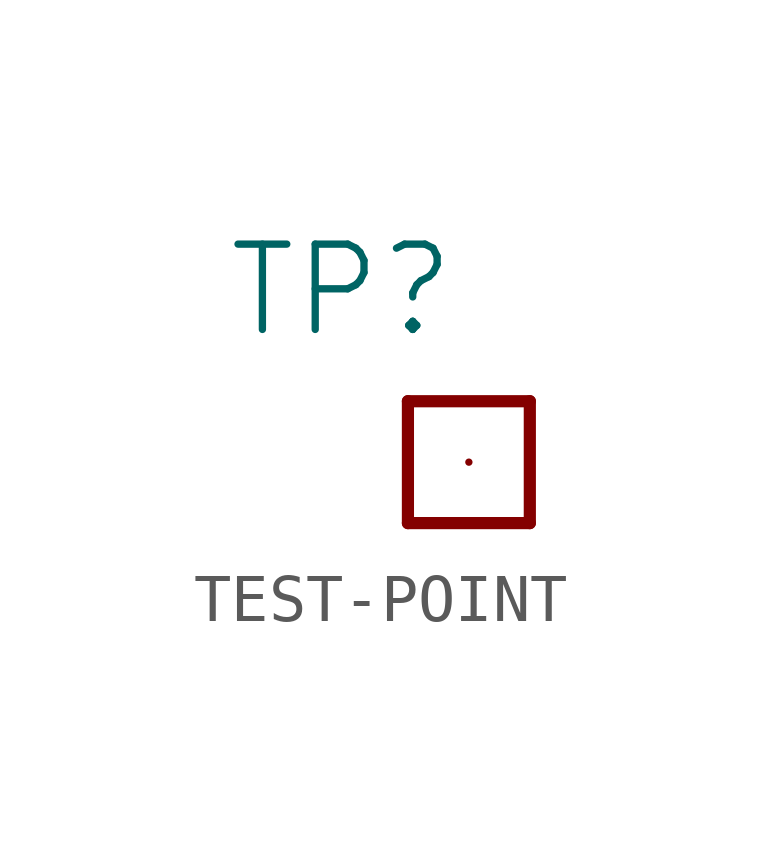
<source format=kicad_sym>
(kicad_symbol_lib
  (version 20211014)
  (generator kicad_symbol_editor)
  (symbol "TEST-POINT"
    (property "Reference" "TP"
      (at -5.08 2.54 0)
      (effects (font (size 1.778 1.778)) (justify left bottom)))
    (property "ki_locked" ""
      (at 0 0 0)
      (effects (font (size 1.27 1.27))))
    (symbol "TEST-POINT_1_0"
      (polyline (pts (xy -1.27 -1.27) (xy -1.27 1.27)) (stroke (width 0.254) (type default) (color 0 0 0 0)) (fill (type none)))
      (polyline (pts (xy -1.27 1.27) (xy 1.27 1.27)) (stroke (width 0.254) (type default) (color 0 0 0 0)) (fill (type none)))
      (polyline (pts (xy 1.27 -1.27) (xy -1.27 -1.27)) (stroke (width 0.254) (type default) (color 0 0 0 0)) (fill (type none)))
      (polyline (pts (xy 1.27 1.27) (xy 1.27 -1.27)) (stroke (width 0.254) (type default) (color 0 0 0 0)) (fill (type none)))
      (pin passive line (at 0 0 0) (length 0) (name "1" (effects (font (size 0 0)))) (number "1" (effects (font (size 0 0))))))))
</source>
